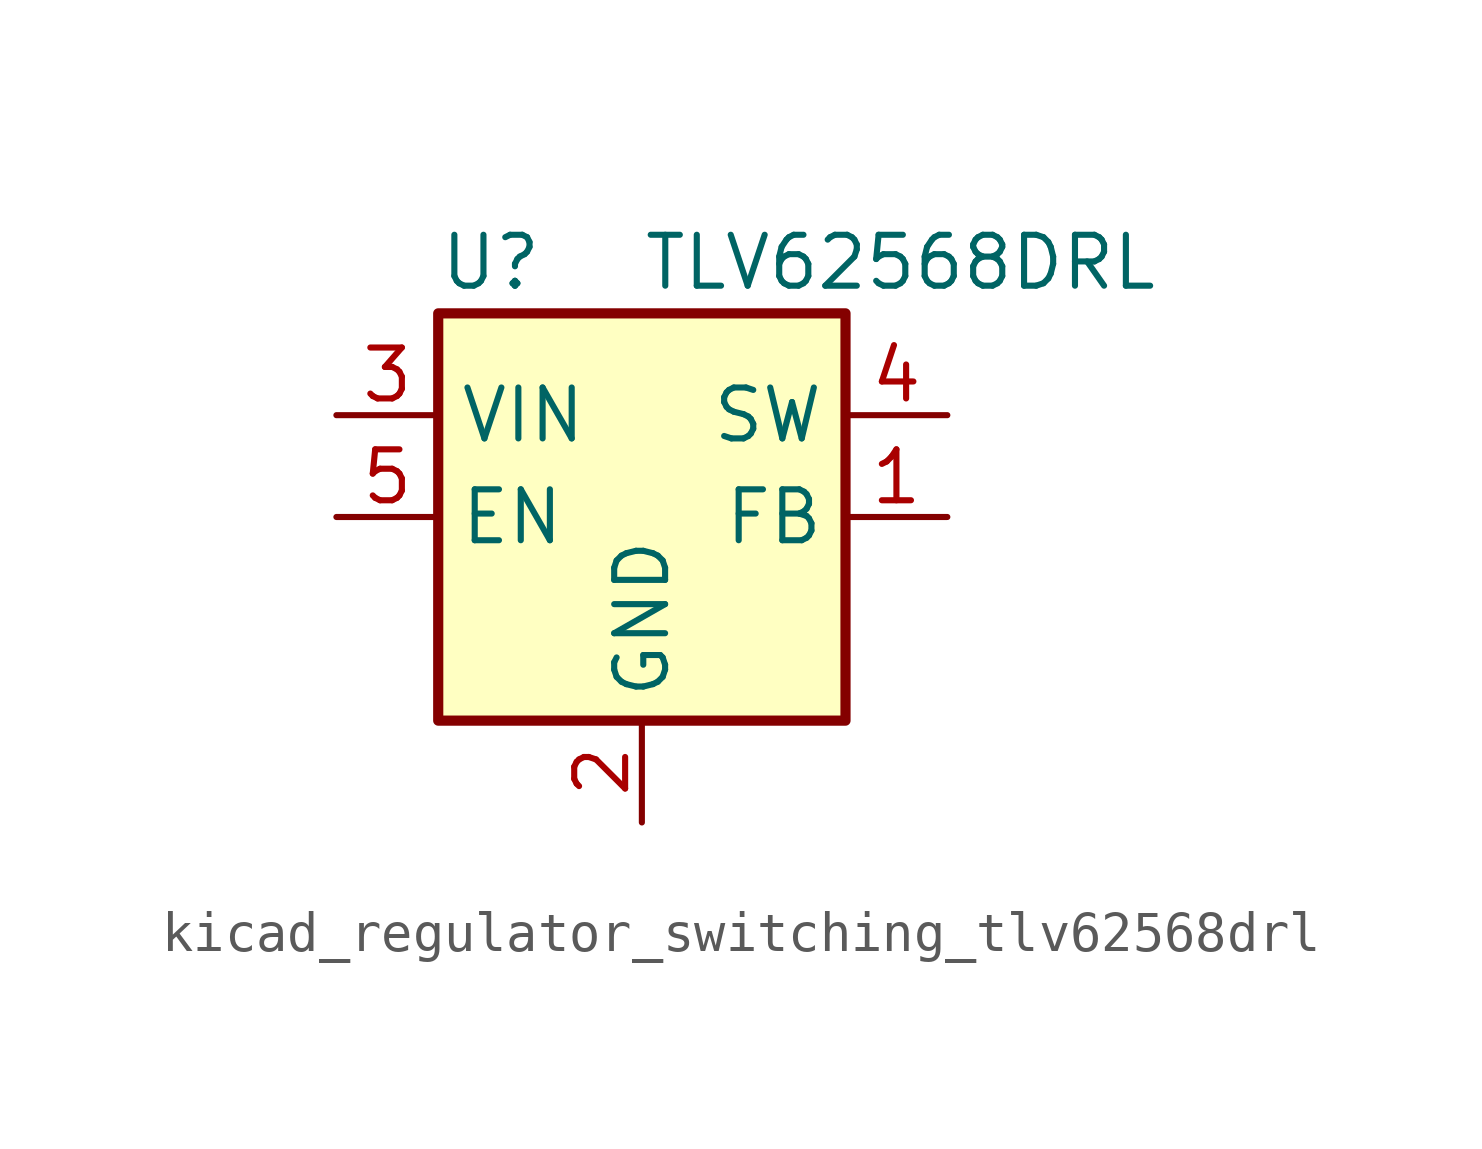
<source format=kicad_sym>
(kicad_symbol_lib
  (version 20220914)
  (generator kicad_symbol_editor)
  (symbol "kicad_regulator_switching_tlv62568drl"
    (property "Reference" "U"
      (at -5.08 6.35 0)
      (effects (font (size 1.27 1.27)) (justify left)))
    (property "Value" "TLV62568DRL"
      (at 0 6.35 0)
      (effects (font (size 1.27 1.27)) (justify left)))
    (symbol "kicad_regulator_switching_tlv62568drl_0_1"
      (rectangle (start -5.08 5.08) (end 5.08 -5.08) (stroke (width 0.254) (type default)) (fill (type background))))
    (symbol "kicad_regulator_switching_tlv62568drl_1_1"
      (pin input line (at 7.62 0 180) (length 2.54) (name "FB" (effects (font (size 1.27 1.27)))) (number "1" (effects (font (size 1.27 1.27)))))
      (pin power_in line (at 0 -7.62 90) (length 2.54) (name "GND" (effects (font (size 1.27 1.27)))) (number "2" (effects (font (size 1.27 1.27)))))
      (pin power_in line (at -7.62 2.54 0) (length 2.54) (name "VIN" (effects (font (size 1.27 1.27)))) (number "3" (effects (font (size 1.27 1.27)))))
      (pin power_out line (at 7.62 2.54 180) (length 2.54) (name "SW" (effects (font (size 1.27 1.27)))) (number "4" (effects (font (size 1.27 1.27)))))
      (pin input line (at -7.62 0 0) (length 2.54) (name "EN" (effects (font (size 1.27 1.27)))) (number "5" (effects (font (size 1.27 1.27)))))
      (pin no_connect line (at 5.08 -2.54 180) (length 2.54) hide (name "NC" (effects (font (size 1.27 1.27)))) (number "6" (effects (font (size 1.27 1.27))))))))
</source>
